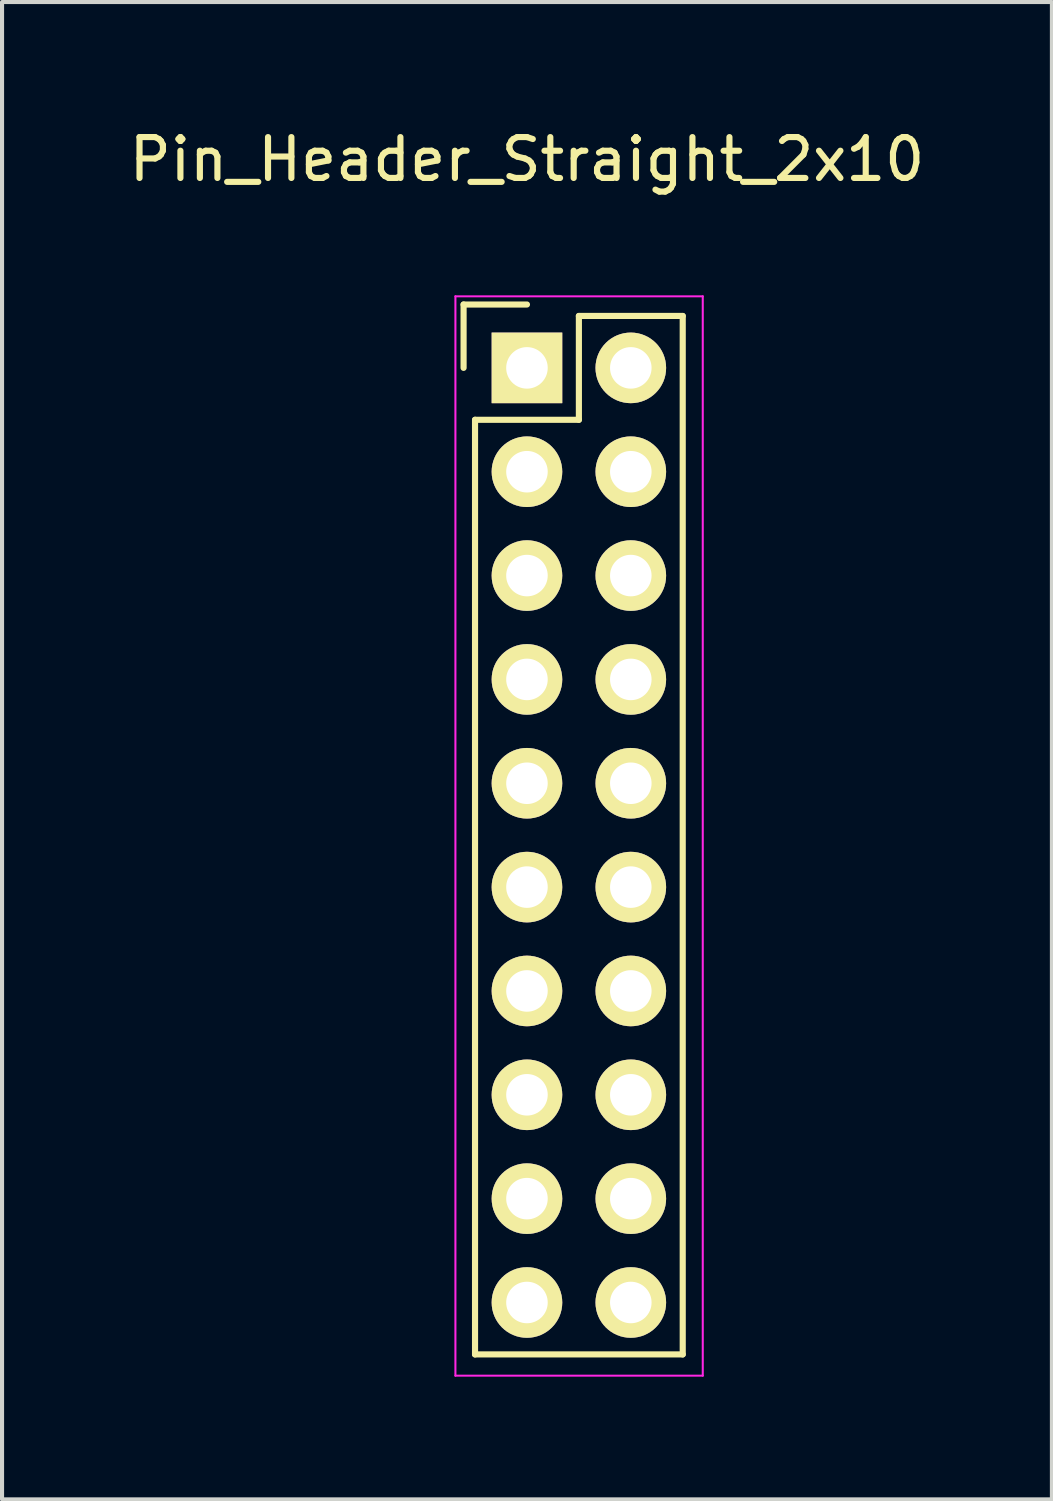
<source format=kicad_pcb>
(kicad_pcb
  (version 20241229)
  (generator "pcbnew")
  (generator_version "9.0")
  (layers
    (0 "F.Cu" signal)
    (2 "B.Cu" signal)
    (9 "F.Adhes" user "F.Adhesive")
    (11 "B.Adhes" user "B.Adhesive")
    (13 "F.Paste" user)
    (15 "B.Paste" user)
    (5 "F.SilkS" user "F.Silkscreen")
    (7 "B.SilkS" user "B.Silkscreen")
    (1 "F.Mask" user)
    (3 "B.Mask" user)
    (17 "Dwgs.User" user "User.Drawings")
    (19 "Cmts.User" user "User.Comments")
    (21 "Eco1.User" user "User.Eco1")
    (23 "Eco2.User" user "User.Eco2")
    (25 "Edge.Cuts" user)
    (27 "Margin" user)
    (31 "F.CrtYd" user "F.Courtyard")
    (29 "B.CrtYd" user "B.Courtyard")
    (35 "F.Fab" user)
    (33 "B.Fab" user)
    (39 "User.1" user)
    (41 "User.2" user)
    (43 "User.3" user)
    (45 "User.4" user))
  (footprint "Pin_Header_Straight_2x10"
    (layer "F.Cu")
    (at 9.839 5.948)
    (property "Reference" "Pin_Header_Straight_2x10" (at 0 -5.1 0) (layer "F.SilkS") (effects (font (size 1 1) (thickness 0.15))))
    (attr through_hole)
    (fp_line (start -1.55 -1.55) (end -1.55 0) (stroke (width 0.15) (type solid)) (layer "F.SilkS"))
    (fp_line (start -1.27 1.27) (end -1.27 24.13) (stroke (width 0.15) (type solid)) (layer "F.SilkS"))
    (fp_line (start 0 -1.55) (end -1.55 -1.55) (stroke (width 0.15) (type solid)) (layer "F.SilkS"))
    (fp_line (start 1.27 -1.27) (end 1.27 1.27) (stroke (width 0.15) (type solid)) (layer "F.SilkS"))
    (fp_line (start 1.27 1.27) (end -1.27 1.27) (stroke (width 0.15) (type solid)) (layer "F.SilkS"))
    (fp_line (start 3.81 -1.27) (end 1.27 -1.27) (stroke (width 0.15) (type solid)) (layer "F.SilkS"))
    (fp_line (start 3.81 24.13) (end -1.27 24.13) (stroke (width 0.15) (type solid)) (layer "F.SilkS"))
    (fp_line (start 3.81 24.13) (end 3.81 -1.27) (stroke (width 0.15) (type solid)) (layer "F.SilkS"))
    (fp_line (start -1.75 -1.75) (end -1.75 24.65) (stroke (width 0.05) (type solid)) (layer "F.CrtYd"))
    (fp_line (start -1.75 -1.75) (end 4.3 -1.75) (stroke (width 0.05) (type solid)) (layer "F.CrtYd"))
    (fp_line (start -1.75 24.65) (end 4.3 24.65) (stroke (width 0.05) (type solid)) (layer "F.CrtYd"))
    (fp_line (start 4.3 -1.75) (end 4.3 24.65) (stroke (width 0.05) (type solid)) (layer "F.CrtYd"))
    (pad "1" thru_hole rect (at 0 0) (size 1.727 1.727) (drill 1.016) (layers "*.Cu" "*.Mask" "F.SilkS"))
    (pad "2" thru_hole oval (at 2.54 0) (size 1.727 1.727) (drill 1.016) (layers "*.Cu" "*.Mask" "F.SilkS"))
    (pad "3" thru_hole oval (at 0 2.54) (size 1.727 1.727) (drill 1.016) (layers "*.Cu" "*.Mask" "F.SilkS"))
    (pad "4" thru_hole oval (at 2.54 2.54) (size 1.727 1.727) (drill 1.016) (layers "*.Cu" "*.Mask" "F.SilkS"))
    (pad "5" thru_hole oval (at 0 5.08) (size 1.727 1.727) (drill 1.016) (layers "*.Cu" "*.Mask" "F.SilkS"))
    (pad "6" thru_hole oval (at 2.54 5.08) (size 1.727 1.727) (drill 1.016) (layers "*.Cu" "*.Mask" "F.SilkS"))
    (pad "7" thru_hole oval (at 0 7.62) (size 1.727 1.727) (drill 1.016) (layers "*.Cu" "*.Mask" "F.SilkS"))
    (pad "8" thru_hole oval (at 2.54 7.62) (size 1.727 1.727) (drill 1.016) (layers "*.Cu" "*.Mask" "F.SilkS"))
    (pad "9" thru_hole oval (at 0 10.16) (size 1.727 1.727) (drill 1.016) (layers "*.Cu" "*.Mask" "F.SilkS"))
    (pad "10" thru_hole oval (at 2.54 10.16) (size 1.727 1.727) (drill 1.016) (layers "*.Cu" "*.Mask" "F.SilkS"))
    (pad "11" thru_hole oval (at 0 12.7) (size 1.727 1.727) (drill 1.016) (layers "*.Cu" "*.Mask" "F.SilkS"))
    (pad "12" thru_hole oval (at 2.54 12.7) (size 1.727 1.727) (drill 1.016) (layers "*.Cu" "*.Mask" "F.SilkS"))
    (pad "13" thru_hole oval (at 0 15.24) (size 1.727 1.727) (drill 1.016) (layers "*.Cu" "*.Mask" "F.SilkS"))
    (pad "14" thru_hole oval (at 2.54 15.24) (size 1.727 1.727) (drill 1.016) (layers "*.Cu" "*.Mask" "F.SilkS"))
    (pad "15" thru_hole oval (at 0 17.78) (size 1.727 1.727) (drill 1.016) (layers "*.Cu" "*.Mask" "F.SilkS"))
    (pad "16" thru_hole oval (at 2.54 17.78) (size 1.727 1.727) (drill 1.016) (layers "*.Cu" "*.Mask" "F.SilkS"))
    (pad "17" thru_hole oval (at 0 20.32) (size 1.727 1.727) (drill 1.016) (layers "*.Cu" "*.Mask" "F.SilkS"))
    (pad "18" thru_hole oval (at 2.54 20.32) (size 1.727 1.727) (drill 1.016) (layers "*.Cu" "*.Mask" "F.SilkS"))
    (pad "19" thru_hole oval (at 0 22.86) (size 1.727 1.727) (drill 1.016) (layers "*.Cu" "*.Mask" "F.SilkS"))
    (pad "20" thru_hole oval (at 2.54 22.86) (size 1.727 1.727) (drill 1.016) (layers "*.Cu" "*.Mask" "F.SilkS")))
  (gr_rect
    (start -3 -3)
    (end 22.679 33.623)
    (stroke (width 0.1) (type default))
    (fill no)
    (layer "Edge.Cuts")))
</source>
